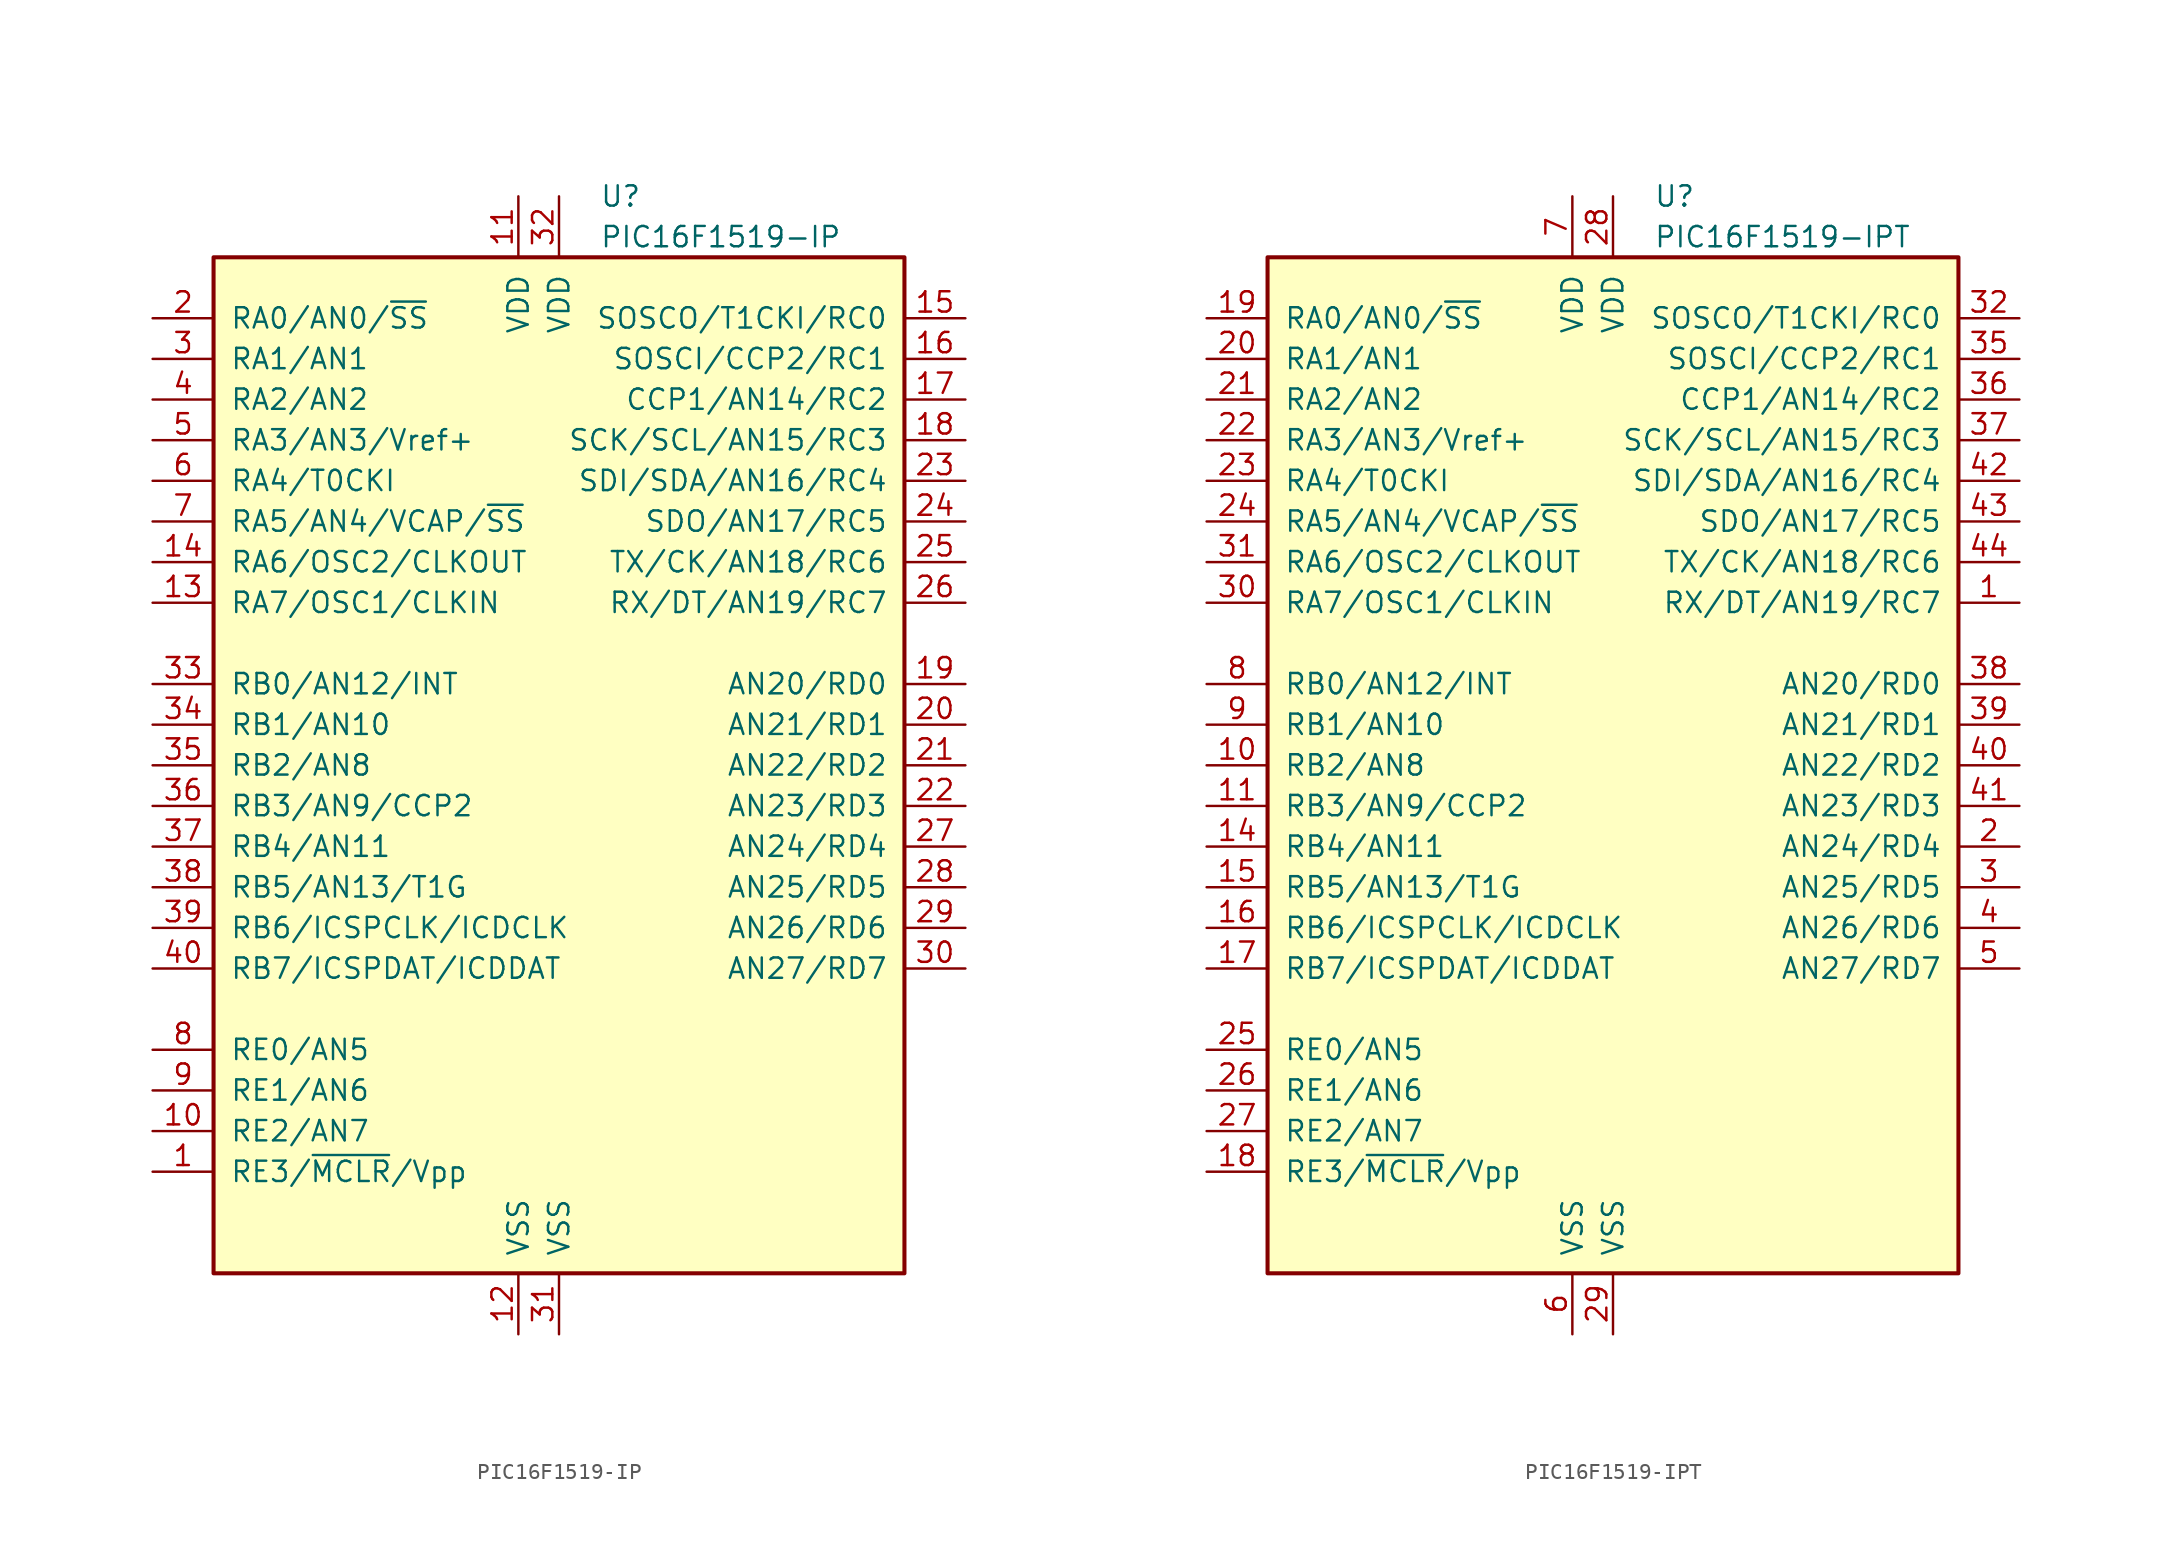
<source format=kicad_sym>
(kicad_symbol_lib
  (version 20211014)
  (generator kicad_symbol_editor)
  (symbol "PIC16F1519-IP"
    (pin_names
      (offset 1.016))
    (property "Reference" "U"
      (at 2.54 35.56 0)
      (effects (font (size 1.27 1.27)) (justify left)))
    (property "Value" "PIC16F1519-IP"
      (at 2.54 33.02 0)
      (effects (font (size 1.27 1.27)) (justify left)))
    (symbol "PIC16F1519-IP_0_1"
      (rectangle (start -21.59 31.75) (end 21.59 -31.75) (stroke (width 0.254) (type default) (color 0 0 0 0)) (fill (type background))))
    (symbol "PIC16F1519-IP_1_1"
      (pin input line (at -25.4 -25.4 0) (length 3.81) (name "RE3/~{MCLR}/Vpp" (effects (font (size 1.27 1.27)))) (number "1" (effects (font (size 1.27 1.27)))))
      (pin bidirectional line (at -25.4 -22.86 0) (length 3.81) (name "RE2/AN7" (effects (font (size 1.27 1.27)))) (number "10" (effects (font (size 1.27 1.27)))))
      (pin power_in line (at -2.54 35.56 270) (length 3.81) (name "VDD" (effects (font (size 1.27 1.27)))) (number "11" (effects (font (size 1.27 1.27)))))
      (pin power_in line (at -2.54 -35.56 90) (length 3.81) (name "VSS" (effects (font (size 1.27 1.27)))) (number "12" (effects (font (size 1.27 1.27)))))
      (pin bidirectional line (at -25.4 10.16 0) (length 3.81) (name "RA7/OSC1/CLKIN" (effects (font (size 1.27 1.27)))) (number "13" (effects (font (size 1.27 1.27)))))
      (pin bidirectional line (at -25.4 12.7 0) (length 3.81) (name "RA6/OSC2/CLKOUT" (effects (font (size 1.27 1.27)))) (number "14" (effects (font (size 1.27 1.27)))))
      (pin bidirectional line (at 25.4 27.94 180) (length 3.81) (name "SOSCO/T1CKI/RC0" (effects (font (size 1.27 1.27)))) (number "15" (effects (font (size 1.27 1.27)))))
      (pin bidirectional line (at 25.4 25.4 180) (length 3.81) (name "SOSCI/CCP2/RC1" (effects (font (size 1.27 1.27)))) (number "16" (effects (font (size 1.27 1.27)))))
      (pin bidirectional line (at 25.4 22.86 180) (length 3.81) (name "CCP1/AN14/RC2" (effects (font (size 1.27 1.27)))) (number "17" (effects (font (size 1.27 1.27)))))
      (pin bidirectional line (at 25.4 20.32 180) (length 3.81) (name "SCK/SCL/AN15/RC3" (effects (font (size 1.27 1.27)))) (number "18" (effects (font (size 1.27 1.27)))))
      (pin bidirectional line (at 25.4 5.08 180) (length 3.81) (name "AN20/RD0" (effects (font (size 1.27 1.27)))) (number "19" (effects (font (size 1.27 1.27)))))
      (pin bidirectional line (at -25.4 27.94 0) (length 3.81) (name "RA0/AN0/~{SS}" (effects (font (size 1.27 1.27)))) (number "2" (effects (font (size 1.27 1.27)))))
      (pin bidirectional line (at 25.4 2.54 180) (length 3.81) (name "AN21/RD1" (effects (font (size 1.27 1.27)))) (number "20" (effects (font (size 1.27 1.27)))))
      (pin bidirectional line (at 25.4 0 180) (length 3.81) (name "AN22/RD2" (effects (font (size 1.27 1.27)))) (number "21" (effects (font (size 1.27 1.27)))))
      (pin bidirectional line (at 25.4 -2.54 180) (length 3.81) (name "AN23/RD3" (effects (font (size 1.27 1.27)))) (number "22" (effects (font (size 1.27 1.27)))))
      (pin bidirectional line (at 25.4 17.78 180) (length 3.81) (name "SDI/SDA/AN16/RC4" (effects (font (size 1.27 1.27)))) (number "23" (effects (font (size 1.27 1.27)))))
      (pin bidirectional line (at 25.4 15.24 180) (length 3.81) (name "SDO/AN17/RC5" (effects (font (size 1.27 1.27)))) (number "24" (effects (font (size 1.27 1.27)))))
      (pin bidirectional line (at 25.4 12.7 180) (length 3.81) (name "TX/CK/AN18/RC6" (effects (font (size 1.27 1.27)))) (number "25" (effects (font (size 1.27 1.27)))))
      (pin bidirectional line (at 25.4 10.16 180) (length 3.81) (name "RX/DT/AN19/RC7" (effects (font (size 1.27 1.27)))) (number "26" (effects (font (size 1.27 1.27)))))
      (pin bidirectional line (at 25.4 -5.08 180) (length 3.81) (name "AN24/RD4" (effects (font (size 1.27 1.27)))) (number "27" (effects (font (size 1.27 1.27)))))
      (pin bidirectional line (at 25.4 -7.62 180) (length 3.81) (name "AN25/RD5" (effects (font (size 1.27 1.27)))) (number "28" (effects (font (size 1.27 1.27)))))
      (pin bidirectional line (at 25.4 -10.16 180) (length 3.81) (name "AN26/RD6" (effects (font (size 1.27 1.27)))) (number "29" (effects (font (size 1.27 1.27)))))
      (pin bidirectional line (at -25.4 25.4 0) (length 3.81) (name "RA1/AN1" (effects (font (size 1.27 1.27)))) (number "3" (effects (font (size 1.27 1.27)))))
      (pin bidirectional line (at 25.4 -12.7 180) (length 3.81) (name "AN27/RD7" (effects (font (size 1.27 1.27)))) (number "30" (effects (font (size 1.27 1.27)))))
      (pin power_in line (at 0 -35.56 90) (length 3.81) (name "VSS" (effects (font (size 1.27 1.27)))) (number "31" (effects (font (size 1.27 1.27)))))
      (pin power_in line (at 0 35.56 270) (length 3.81) (name "VDD" (effects (font (size 1.27 1.27)))) (number "32" (effects (font (size 1.27 1.27)))))
      (pin bidirectional line (at -25.4 5.08 0) (length 3.81) (name "RB0/AN12/INT" (effects (font (size 1.27 1.27)))) (number "33" (effects (font (size 1.27 1.27)))))
      (pin bidirectional line (at -25.4 2.54 0) (length 3.81) (name "RB1/AN10" (effects (font (size 1.27 1.27)))) (number "34" (effects (font (size 1.27 1.27)))))
      (pin bidirectional line (at -25.4 0 0) (length 3.81) (name "RB2/AN8" (effects (font (size 1.27 1.27)))) (number "35" (effects (font (size 1.27 1.27)))))
      (pin bidirectional line (at -25.4 -2.54 0) (length 3.81) (name "RB3/AN9/CCP2" (effects (font (size 1.27 1.27)))) (number "36" (effects (font (size 1.27 1.27)))))
      (pin bidirectional line (at -25.4 -5.08 0) (length 3.81) (name "RB4/AN11" (effects (font (size 1.27 1.27)))) (number "37" (effects (font (size 1.27 1.27)))))
      (pin bidirectional line (at -25.4 -7.62 0) (length 3.81) (name "RB5/AN13/T1G" (effects (font (size 1.27 1.27)))) (number "38" (effects (font (size 1.27 1.27)))))
      (pin bidirectional line (at -25.4 -10.16 0) (length 3.81) (name "RB6/ICSPCLK/ICDCLK" (effects (font (size 1.27 1.27)))) (number "39" (effects (font (size 1.27 1.27)))))
      (pin bidirectional line (at -25.4 22.86 0) (length 3.81) (name "RA2/AN2" (effects (font (size 1.27 1.27)))) (number "4" (effects (font (size 1.27 1.27)))))
      (pin bidirectional line (at -25.4 -12.7 0) (length 3.81) (name "RB7/ICSPDAT/ICDDAT" (effects (font (size 1.27 1.27)))) (number "40" (effects (font (size 1.27 1.27)))))
      (pin bidirectional line (at -25.4 20.32 0) (length 3.81) (name "RA3/AN3/Vref+" (effects (font (size 1.27 1.27)))) (number "5" (effects (font (size 1.27 1.27)))))
      (pin bidirectional line (at -25.4 17.78 0) (length 3.81) (name "RA4/T0CKI" (effects (font (size 1.27 1.27)))) (number "6" (effects (font (size 1.27 1.27)))))
      (pin bidirectional line (at -25.4 15.24 0) (length 3.81) (name "RA5/AN4/VCAP/~{SS}" (effects (font (size 1.27 1.27)))) (number "7" (effects (font (size 1.27 1.27)))))
      (pin bidirectional line (at -25.4 -17.78 0) (length 3.81) (name "RE0/AN5" (effects (font (size 1.27 1.27)))) (number "8" (effects (font (size 1.27 1.27)))))
      (pin bidirectional line (at -25.4 -20.32 0) (length 3.81) (name "RE1/AN6" (effects (font (size 1.27 1.27)))) (number "9" (effects (font (size 1.27 1.27)))))))
  (symbol "PIC16F1519-IPT"
    (pin_names
      (offset 1.016))
    (property "Reference" "U"
      (at 2.54 35.56 0)
      (effects (font (size 1.27 1.27)) (justify left)))
    (property "Value" "PIC16F1519-IPT"
      (at 2.54 33.02 0)
      (effects (font (size 1.27 1.27)) (justify left)))
    (symbol "PIC16F1519-IPT_0_1"
      (rectangle (start -21.59 31.75) (end 21.59 -31.75) (stroke (width 0.254) (type default) (color 0 0 0 0)) (fill (type background))))
    (symbol "PIC16F1519-IPT_1_1"
      (pin bidirectional line (at 25.4 10.16 180) (length 3.81) (name "RX/DT/AN19/RC7" (effects (font (size 1.27 1.27)))) (number "1" (effects (font (size 1.27 1.27)))))
      (pin bidirectional line (at -25.4 0 0) (length 3.81) (name "RB2/AN8" (effects (font (size 1.27 1.27)))) (number "10" (effects (font (size 1.27 1.27)))))
      (pin bidirectional line (at -25.4 -2.54 0) (length 3.81) (name "RB3/AN9/CCP2" (effects (font (size 1.27 1.27)))) (number "11" (effects (font (size 1.27 1.27)))))
      (pin bidirectional line (at -25.4 -5.08 0) (length 3.81) (name "RB4/AN11" (effects (font (size 1.27 1.27)))) (number "14" (effects (font (size 1.27 1.27)))))
      (pin bidirectional line (at -25.4 -7.62 0) (length 3.81) (name "RB5/AN13/T1G" (effects (font (size 1.27 1.27)))) (number "15" (effects (font (size 1.27 1.27)))))
      (pin bidirectional line (at -25.4 -10.16 0) (length 3.81) (name "RB6/ICSPCLK/ICDCLK" (effects (font (size 1.27 1.27)))) (number "16" (effects (font (size 1.27 1.27)))))
      (pin bidirectional line (at -25.4 -12.7 0) (length 3.81) (name "RB7/ICSPDAT/ICDDAT" (effects (font (size 1.27 1.27)))) (number "17" (effects (font (size 1.27 1.27)))))
      (pin input line (at -25.4 -25.4 0) (length 3.81) (name "RE3/~{MCLR}/Vpp" (effects (font (size 1.27 1.27)))) (number "18" (effects (font (size 1.27 1.27)))))
      (pin bidirectional line (at -25.4 27.94 0) (length 3.81) (name "RA0/AN0/~{SS}" (effects (font (size 1.27 1.27)))) (number "19" (effects (font (size 1.27 1.27)))))
      (pin bidirectional line (at 25.4 -5.08 180) (length 3.81) (name "AN24/RD4" (effects (font (size 1.27 1.27)))) (number "2" (effects (font (size 1.27 1.27)))))
      (pin bidirectional line (at -25.4 25.4 0) (length 3.81) (name "RA1/AN1" (effects (font (size 1.27 1.27)))) (number "20" (effects (font (size 1.27 1.27)))))
      (pin bidirectional line (at -25.4 22.86 0) (length 3.81) (name "RA2/AN2" (effects (font (size 1.27 1.27)))) (number "21" (effects (font (size 1.27 1.27)))))
      (pin bidirectional line (at -25.4 20.32 0) (length 3.81) (name "RA3/AN3/Vref+" (effects (font (size 1.27 1.27)))) (number "22" (effects (font (size 1.27 1.27)))))
      (pin bidirectional line (at -25.4 17.78 0) (length 3.81) (name "RA4/T0CKI" (effects (font (size 1.27 1.27)))) (number "23" (effects (font (size 1.27 1.27)))))
      (pin bidirectional line (at -25.4 15.24 0) (length 3.81) (name "RA5/AN4/VCAP/~{SS}" (effects (font (size 1.27 1.27)))) (number "24" (effects (font (size 1.27 1.27)))))
      (pin bidirectional line (at -25.4 -17.78 0) (length 3.81) (name "RE0/AN5" (effects (font (size 1.27 1.27)))) (number "25" (effects (font (size 1.27 1.27)))))
      (pin bidirectional line (at -25.4 -20.32 0) (length 3.81) (name "RE1/AN6" (effects (font (size 1.27 1.27)))) (number "26" (effects (font (size 1.27 1.27)))))
      (pin bidirectional line (at -25.4 -22.86 0) (length 3.81) (name "RE2/AN7" (effects (font (size 1.27 1.27)))) (number "27" (effects (font (size 1.27 1.27)))))
      (pin power_in line (at 0 35.56 270) (length 3.81) (name "VDD" (effects (font (size 1.27 1.27)))) (number "28" (effects (font (size 1.27 1.27)))))
      (pin power_in line (at 0 -35.56 90) (length 3.81) (name "VSS" (effects (font (size 1.27 1.27)))) (number "29" (effects (font (size 1.27 1.27)))))
      (pin bidirectional line (at 25.4 -7.62 180) (length 3.81) (name "AN25/RD5" (effects (font (size 1.27 1.27)))) (number "3" (effects (font (size 1.27 1.27)))))
      (pin bidirectional line (at -25.4 10.16 0) (length 3.81) (name "RA7/OSC1/CLKIN" (effects (font (size 1.27 1.27)))) (number "30" (effects (font (size 1.27 1.27)))))
      (pin bidirectional line (at -25.4 12.7 0) (length 3.81) (name "RA6/OSC2/CLKOUT" (effects (font (size 1.27 1.27)))) (number "31" (effects (font (size 1.27 1.27)))))
      (pin bidirectional line (at 25.4 27.94 180) (length 3.81) (name "SOSCO/T1CKI/RC0" (effects (font (size 1.27 1.27)))) (number "32" (effects (font (size 1.27 1.27)))))
      (pin bidirectional line (at 25.4 25.4 180) (length 3.81) (name "SOSCI/CCP2/RC1" (effects (font (size 1.27 1.27)))) (number "35" (effects (font (size 1.27 1.27)))))
      (pin bidirectional line (at 25.4 22.86 180) (length 3.81) (name "CCP1/AN14/RC2" (effects (font (size 1.27 1.27)))) (number "36" (effects (font (size 1.27 1.27)))))
      (pin bidirectional line (at 25.4 20.32 180) (length 3.81) (name "SCK/SCL/AN15/RC3" (effects (font (size 1.27 1.27)))) (number "37" (effects (font (size 1.27 1.27)))))
      (pin bidirectional line (at 25.4 5.08 180) (length 3.81) (name "AN20/RD0" (effects (font (size 1.27 1.27)))) (number "38" (effects (font (size 1.27 1.27)))))
      (pin bidirectional line (at 25.4 2.54 180) (length 3.81) (name "AN21/RD1" (effects (font (size 1.27 1.27)))) (number "39" (effects (font (size 1.27 1.27)))))
      (pin bidirectional line (at 25.4 -10.16 180) (length 3.81) (name "AN26/RD6" (effects (font (size 1.27 1.27)))) (number "4" (effects (font (size 1.27 1.27)))))
      (pin bidirectional line (at 25.4 0 180) (length 3.81) (name "AN22/RD2" (effects (font (size 1.27 1.27)))) (number "40" (effects (font (size 1.27 1.27)))))
      (pin bidirectional line (at 25.4 -2.54 180) (length 3.81) (name "AN23/RD3" (effects (font (size 1.27 1.27)))) (number "41" (effects (font (size 1.27 1.27)))))
      (pin bidirectional line (at 25.4 17.78 180) (length 3.81) (name "SDI/SDA/AN16/RC4" (effects (font (size 1.27 1.27)))) (number "42" (effects (font (size 1.27 1.27)))))
      (pin bidirectional line (at 25.4 15.24 180) (length 3.81) (name "SDO/AN17/RC5" (effects (font (size 1.27 1.27)))) (number "43" (effects (font (size 1.27 1.27)))))
      (pin bidirectional line (at 25.4 12.7 180) (length 3.81) (name "TX/CK/AN18/RC6" (effects (font (size 1.27 1.27)))) (number "44" (effects (font (size 1.27 1.27)))))
      (pin bidirectional line (at 25.4 -12.7 180) (length 3.81) (name "AN27/RD7" (effects (font (size 1.27 1.27)))) (number "5" (effects (font (size 1.27 1.27)))))
      (pin power_in line (at -2.54 -35.56 90) (length 3.81) (name "VSS" (effects (font (size 1.27 1.27)))) (number "6" (effects (font (size 1.27 1.27)))))
      (pin power_in line (at -2.54 35.56 270) (length 3.81) (name "VDD" (effects (font (size 1.27 1.27)))) (number "7" (effects (font (size 1.27 1.27)))))
      (pin bidirectional line (at -25.4 5.08 0) (length 3.81) (name "RB0/AN12/INT" (effects (font (size 1.27 1.27)))) (number "8" (effects (font (size 1.27 1.27)))))
      (pin bidirectional line (at -25.4 2.54 0) (length 3.81) (name "RB1/AN10" (effects (font (size 1.27 1.27)))) (number "9" (effects (font (size 1.27 1.27))))))))
</source>
